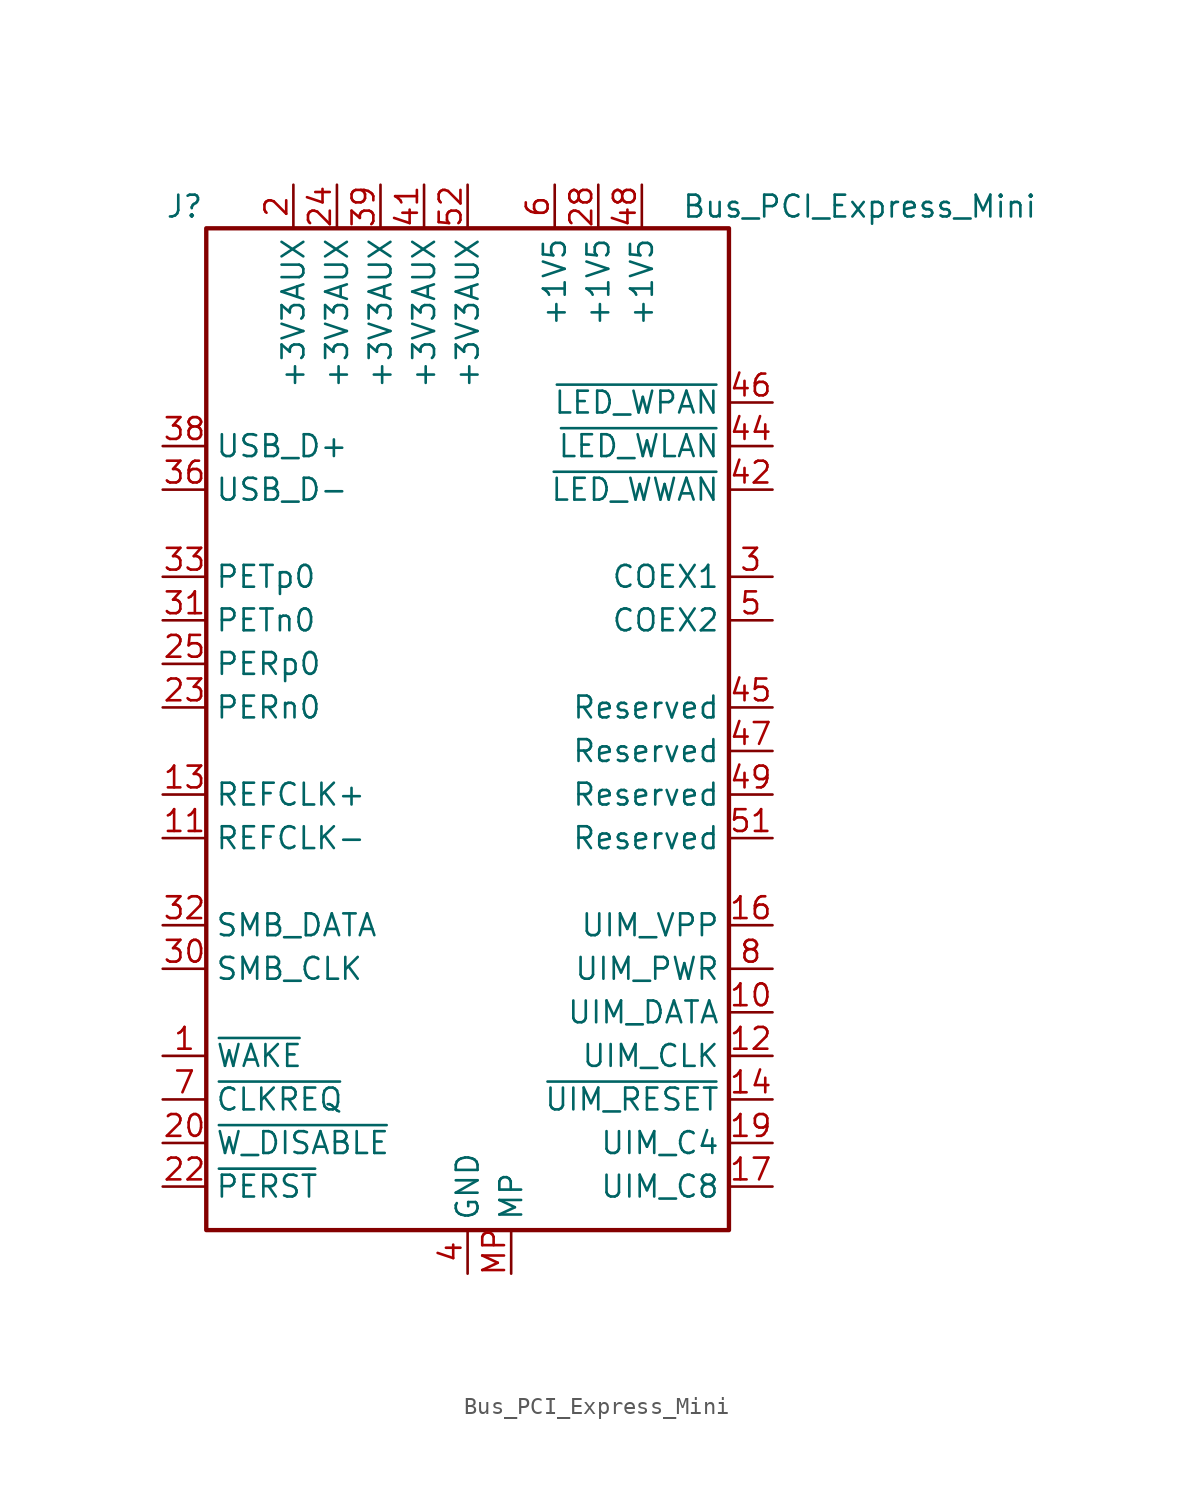
<source format=kicad_sym>
(kicad_symbol_lib
  (version 20211014)
  (generator kicad_symbol_editor)
  (symbol "Bus_PCI_Express_Mini"
    (property "Reference" "J"
      (at -16.51 31.75 0)
      (effects (font (size 1.27 1.27))))
    (property "Value" "Bus_PCI_Express_Mini"
      (at 22.86 31.75 0)
      (effects (font (size 1.27 1.27))))
    (symbol "Bus_PCI_Express_Mini_0_1"
      (rectangle (start -15.24 30.48) (end 15.24 -27.94) (stroke (width 0.254) (type default) (color 0 0 0 0)) (fill (type none))))
    (symbol "Bus_PCI_Express_Mini_1_1"
      (pin open_collector line (at -17.78 -17.78 0) (length 2.54) (name "~{WAKE}" (effects (font (size 1.27 1.27)))) (number "1" (effects (font (size 1.27 1.27)))))
      (pin bidirectional line (at 17.78 -15.24 180) (length 2.54) (name "UIM_DATA" (effects (font (size 1.27 1.27)))) (number "10" (effects (font (size 1.27 1.27)))))
      (pin input line (at -17.78 -5.08 0) (length 2.54) (name "REFCLK-" (effects (font (size 1.27 1.27)))) (number "11" (effects (font (size 1.27 1.27)))))
      (pin output line (at 17.78 -17.78 180) (length 2.54) (name "UIM_CLK" (effects (font (size 1.27 1.27)))) (number "12" (effects (font (size 1.27 1.27)))))
      (pin input line (at -17.78 -2.54 0) (length 2.54) (name "REFCLK+" (effects (font (size 1.27 1.27)))) (number "13" (effects (font (size 1.27 1.27)))))
      (pin output line (at 17.78 -20.32 180) (length 2.54) (name "~{UIM_RESET}" (effects (font (size 1.27 1.27)))) (number "14" (effects (font (size 1.27 1.27)))))
      (pin passive line (at 0 -30.48 90) (length 2.54) hide (name "GND" (effects (font (size 1.27 1.27)))) (number "15" (effects (font (size 1.27 1.27)))))
      (pin power_out line (at 17.78 -10.16 180) (length 2.54) (name "UIM_VPP" (effects (font (size 1.27 1.27)))) (number "16" (effects (font (size 1.27 1.27)))))
      (pin passive line (at 17.78 -25.4 180) (length 2.54) (name "UIM_C8" (effects (font (size 1.27 1.27)))) (number "17" (effects (font (size 1.27 1.27)))))
      (pin passive line (at 0 -30.48 90) (length 2.54) hide (name "GND" (effects (font (size 1.27 1.27)))) (number "18" (effects (font (size 1.27 1.27)))))
      (pin passive line (at 17.78 -22.86 180) (length 2.54) (name "UIM_C4" (effects (font (size 1.27 1.27)))) (number "19" (effects (font (size 1.27 1.27)))))
      (pin power_in line (at -10.16 33.02 270) (length 2.54) (name "+3V3AUX" (effects (font (size 1.27 1.27)))) (number "2" (effects (font (size 1.27 1.27)))))
      (pin input line (at -17.78 -22.86 0) (length 2.54) (name "~{W_DISABLE}" (effects (font (size 1.27 1.27)))) (number "20" (effects (font (size 1.27 1.27)))))
      (pin passive line (at 0 -30.48 90) (length 2.54) hide (name "GND" (effects (font (size 1.27 1.27)))) (number "21" (effects (font (size 1.27 1.27)))))
      (pin input line (at -17.78 -25.4 0) (length 2.54) (name "~{PERST}" (effects (font (size 1.27 1.27)))) (number "22" (effects (font (size 1.27 1.27)))))
      (pin output line (at -17.78 2.54 0) (length 2.54) (name "PERn0" (effects (font (size 1.27 1.27)))) (number "23" (effects (font (size 1.27 1.27)))))
      (pin power_in line (at -7.62 33.02 270) (length 2.54) (name "+3V3AUX" (effects (font (size 1.27 1.27)))) (number "24" (effects (font (size 1.27 1.27)))))
      (pin output line (at -17.78 5.08 0) (length 2.54) (name "PERp0" (effects (font (size 1.27 1.27)))) (number "25" (effects (font (size 1.27 1.27)))))
      (pin passive line (at 0 -30.48 90) (length 2.54) hide (name "GND" (effects (font (size 1.27 1.27)))) (number "26" (effects (font (size 1.27 1.27)))))
      (pin passive line (at 0 -30.48 90) (length 2.54) hide (name "GND" (effects (font (size 1.27 1.27)))) (number "27" (effects (font (size 1.27 1.27)))))
      (pin power_in line (at 7.62 33.02 270) (length 2.54) (name "+1V5" (effects (font (size 1.27 1.27)))) (number "28" (effects (font (size 1.27 1.27)))))
      (pin passive line (at 0 -30.48 90) (length 2.54) hide (name "GND" (effects (font (size 1.27 1.27)))) (number "29" (effects (font (size 1.27 1.27)))))
      (pin passive line (at 17.78 10.16 180) (length 2.54) (name "COEX1" (effects (font (size 1.27 1.27)))) (number "3" (effects (font (size 1.27 1.27)))))
      (pin input line (at -17.78 -12.7 0) (length 2.54) (name "SMB_CLK" (effects (font (size 1.27 1.27)))) (number "30" (effects (font (size 1.27 1.27)))))
      (pin input line (at -17.78 7.62 0) (length 2.54) (name "PETn0" (effects (font (size 1.27 1.27)))) (number "31" (effects (font (size 1.27 1.27)))))
      (pin bidirectional line (at -17.78 -10.16 0) (length 2.54) (name "SMB_DATA" (effects (font (size 1.27 1.27)))) (number "32" (effects (font (size 1.27 1.27)))))
      (pin input line (at -17.78 10.16 0) (length 2.54) (name "PETp0" (effects (font (size 1.27 1.27)))) (number "33" (effects (font (size 1.27 1.27)))))
      (pin passive line (at 0 -30.48 90) (length 2.54) hide (name "GND" (effects (font (size 1.27 1.27)))) (number "34" (effects (font (size 1.27 1.27)))))
      (pin passive line (at 0 -30.48 90) (length 2.54) hide (name "GND" (effects (font (size 1.27 1.27)))) (number "35" (effects (font (size 1.27 1.27)))))
      (pin bidirectional line (at -17.78 15.24 0) (length 2.54) (name "USB_D-" (effects (font (size 1.27 1.27)))) (number "36" (effects (font (size 1.27 1.27)))))
      (pin passive line (at 0 -30.48 90) (length 2.54) hide (name "GND" (effects (font (size 1.27 1.27)))) (number "37" (effects (font (size 1.27 1.27)))))
      (pin bidirectional line (at -17.78 17.78 0) (length 2.54) (name "USB_D+" (effects (font (size 1.27 1.27)))) (number "38" (effects (font (size 1.27 1.27)))))
      (pin power_in line (at -5.08 33.02 270) (length 2.54) (name "+3V3AUX" (effects (font (size 1.27 1.27)))) (number "39" (effects (font (size 1.27 1.27)))))
      (pin power_in line (at 0 -30.48 90) (length 2.54) (name "GND" (effects (font (size 1.27 1.27)))) (number "4" (effects (font (size 1.27 1.27)))))
      (pin passive line (at 0 -30.48 90) (length 2.54) hide (name "GND" (effects (font (size 1.27 1.27)))) (number "40" (effects (font (size 1.27 1.27)))))
      (pin power_in line (at -2.54 33.02 270) (length 2.54) (name "+3V3AUX" (effects (font (size 1.27 1.27)))) (number "41" (effects (font (size 1.27 1.27)))))
      (pin open_collector line (at 17.78 15.24 180) (length 2.54) (name "~{LED_WWAN}" (effects (font (size 1.27 1.27)))) (number "42" (effects (font (size 1.27 1.27)))))
      (pin passive line (at 0 -30.48 90) (length 2.54) hide (name "GND" (effects (font (size 1.27 1.27)))) (number "43" (effects (font (size 1.27 1.27)))))
      (pin open_collector line (at 17.78 17.78 180) (length 2.54) (name "~{LED_WLAN}" (effects (font (size 1.27 1.27)))) (number "44" (effects (font (size 1.27 1.27)))))
      (pin passive line (at 17.78 2.54 180) (length 2.54) (name "Reserved" (effects (font (size 1.27 1.27)))) (number "45" (effects (font (size 1.27 1.27)))))
      (pin open_collector line (at 17.78 20.32 180) (length 2.54) (name "~{LED_WPAN}" (effects (font (size 1.27 1.27)))) (number "46" (effects (font (size 1.27 1.27)))))
      (pin passive line (at 17.78 0 180) (length 2.54) (name "Reserved" (effects (font (size 1.27 1.27)))) (number "47" (effects (font (size 1.27 1.27)))))
      (pin power_in line (at 10.16 33.02 270) (length 2.54) (name "+1V5" (effects (font (size 1.27 1.27)))) (number "48" (effects (font (size 1.27 1.27)))))
      (pin passive line (at 17.78 -2.54 180) (length 2.54) (name "Reserved" (effects (font (size 1.27 1.27)))) (number "49" (effects (font (size 1.27 1.27)))))
      (pin passive line (at 17.78 7.62 180) (length 2.54) (name "COEX2" (effects (font (size 1.27 1.27)))) (number "5" (effects (font (size 1.27 1.27)))))
      (pin passive line (at 0 -30.48 90) (length 2.54) hide (name "GND" (effects (font (size 1.27 1.27)))) (number "50" (effects (font (size 1.27 1.27)))))
      (pin passive line (at 17.78 -5.08 180) (length 2.54) (name "Reserved" (effects (font (size 1.27 1.27)))) (number "51" (effects (font (size 1.27 1.27)))))
      (pin power_in line (at 0 33.02 270) (length 2.54) (name "+3V3AUX" (effects (font (size 1.27 1.27)))) (number "52" (effects (font (size 1.27 1.27)))))
      (pin power_in line (at 5.08 33.02 270) (length 2.54) (name "+1V5" (effects (font (size 1.27 1.27)))) (number "6" (effects (font (size 1.27 1.27)))))
      (pin open_collector line (at -17.78 -20.32 0) (length 2.54) (name "~{CLKREQ}" (effects (font (size 1.27 1.27)))) (number "7" (effects (font (size 1.27 1.27)))))
      (pin power_out line (at 17.78 -12.7 180) (length 2.54) (name "UIM_PWR" (effects (font (size 1.27 1.27)))) (number "8" (effects (font (size 1.27 1.27)))))
      (pin passive line (at 0 -30.48 90) (length 2.54) hide (name "GND" (effects (font (size 1.27 1.27)))) (number "9" (effects (font (size 1.27 1.27)))))
      (pin passive line (at 2.54 -30.48 90) (length 2.54) (name "MP" (effects (font (size 1.27 1.27)))) (number "MP" (effects (font (size 1.27 1.27))))))))
</source>
